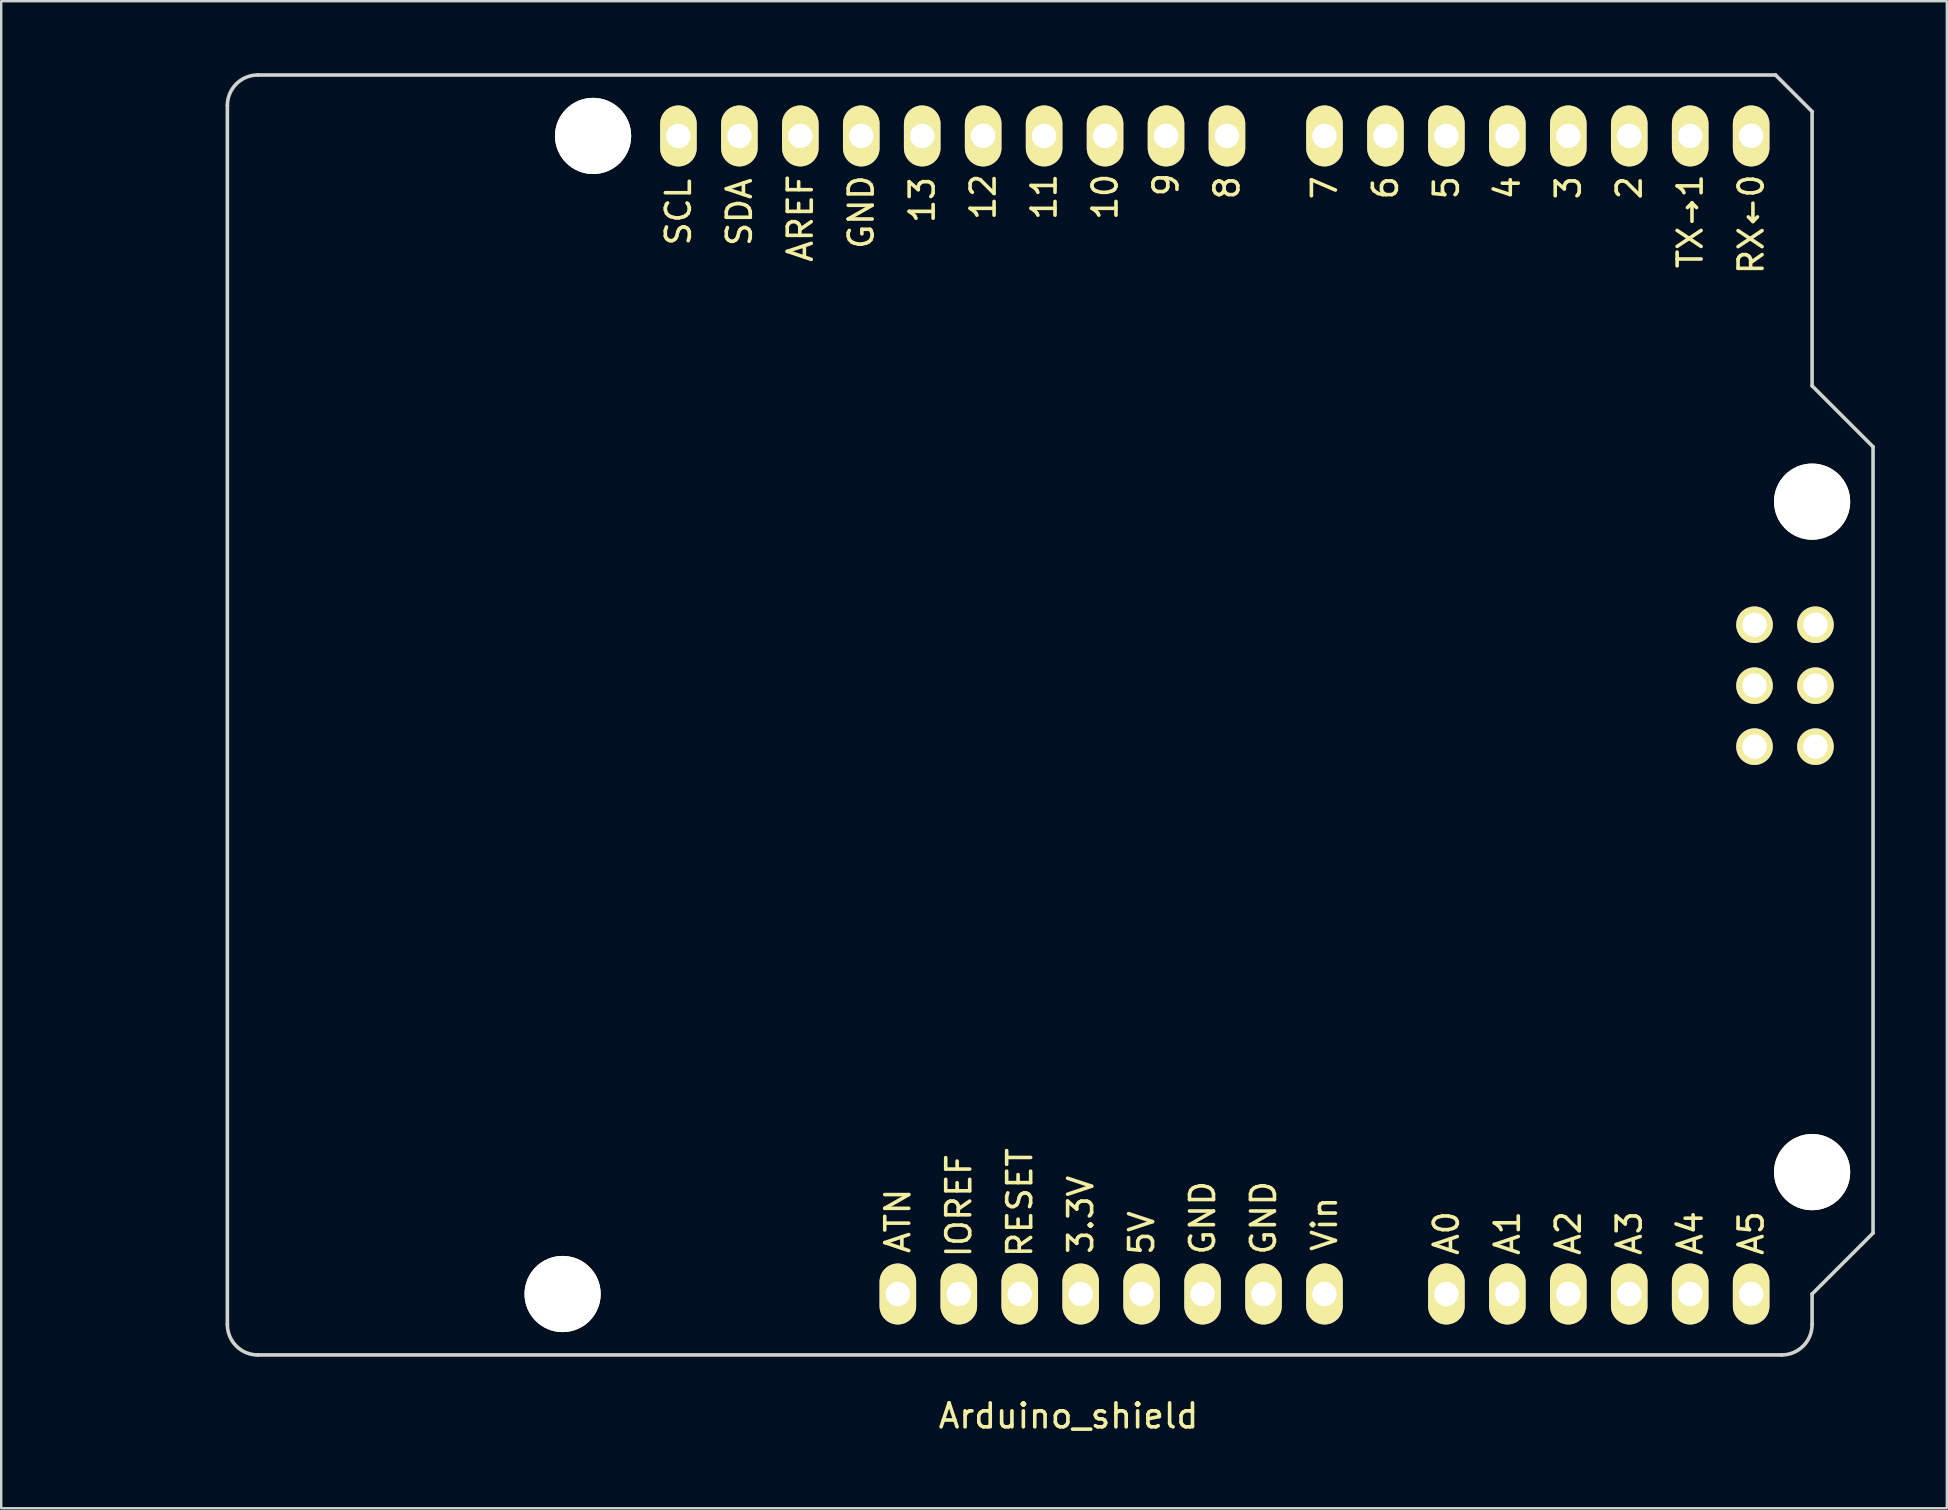
<source format=kicad_pcb>
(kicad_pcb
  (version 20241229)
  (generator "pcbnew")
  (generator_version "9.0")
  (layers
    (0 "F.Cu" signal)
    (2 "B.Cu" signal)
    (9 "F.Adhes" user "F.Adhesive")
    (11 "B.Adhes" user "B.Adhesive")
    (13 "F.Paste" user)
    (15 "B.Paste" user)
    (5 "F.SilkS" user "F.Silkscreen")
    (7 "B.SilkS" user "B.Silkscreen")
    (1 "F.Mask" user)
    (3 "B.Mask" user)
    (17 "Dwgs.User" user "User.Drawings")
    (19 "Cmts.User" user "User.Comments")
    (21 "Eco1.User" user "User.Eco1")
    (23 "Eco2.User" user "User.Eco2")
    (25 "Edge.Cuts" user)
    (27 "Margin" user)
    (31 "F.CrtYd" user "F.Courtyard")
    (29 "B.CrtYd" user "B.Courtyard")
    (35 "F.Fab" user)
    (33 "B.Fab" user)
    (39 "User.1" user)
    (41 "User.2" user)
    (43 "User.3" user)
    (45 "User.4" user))
  (footprint "Arduino_shield"
    (layer "F.Cu")
    (at 6.425 53.415)
    (property "Reference" "Arduino_shield" (at 35.052 2.54 0) (layer "F.SilkS") (effects (font (size 1 1) (thickness 0.15))))
    (attr through_hole)
    (fp_line (start -6.35 -43.815) (end 9.525 -43.815) (stroke (width 0.15) (type solid)) (layer "Eco1.User"))
    (fp_line (start -6.35 -32.385) (end -6.35 -43.815) (stroke (width 0.15) (type solid)) (layer "Eco1.User"))
    (fp_line (start -1.905 -12.065) (end 11.43 -12.065) (stroke (width 0.15) (type solid)) (layer "Eco1.User"))
    (fp_line (start -1.905 -3.175) (end -1.905 -12.065) (stroke (width 0.15) (type solid)) (layer "Eco1.User"))
    (fp_line (start 9.525 -43.815) (end 9.525 -32.385) (stroke (width 0.15) (type solid)) (layer "Eco1.User"))
    (fp_line (start 9.525 -32.385) (end -6.35 -32.385) (stroke (width 0.15) (type solid)) (layer "Eco1.User"))
    (fp_line (start 11.43 -12.065) (end 11.43 -3.175) (stroke (width 0.15) (type solid)) (layer "Eco1.User"))
    (fp_line (start 11.43 -3.175) (end -1.905 -3.175) (stroke (width 0.15) (type solid)) (layer "Eco1.User"))
    (fp_line (start 0 -1.27) (end 0 -52.07) (stroke (width 0.15) (type solid)) (layer "Edge.Cuts"))
    (fp_line (start 1.27 -53.34) (end 64.516 -53.34) (stroke (width 0.15) (type solid)) (layer "Edge.Cuts"))
    (fp_line (start 64.77 0) (end 1.27 0) (stroke (width 0.15) (type solid)) (layer "Edge.Cuts"))
    (fp_line (start 66.04 -51.816) (end 64.516 -53.34) (stroke (width 0.15) (type solid)) (layer "Edge.Cuts"))
    (fp_line (start 66.04 -40.386) (end 66.04 -51.816) (stroke (width 0.15) (type solid)) (layer "Edge.Cuts"))
    (fp_line (start 66.04 -2.54) (end 68.58 -5.08) (stroke (width 0.15) (type solid)) (layer "Edge.Cuts"))
    (fp_line (start 66.04 -1.27) (end 66.04 -2.54) (stroke (width 0.15) (type solid)) (layer "Edge.Cuts"))
    (fp_line (start 68.58 -37.846) (end 66.04 -40.386) (stroke (width 0.15) (type solid)) (layer "Edge.Cuts"))
    (fp_line (start 68.58 -5.08) (end 68.58 -37.846) (stroke (width 0.15) (type solid)) (layer "Edge.Cuts"))
    (fp_arc (start 0 -52.07) (mid 0.371974 -52.968026) (end 1.27 -53.34) (stroke (width 0.15) (type solid)) (layer "Edge.Cuts"))
    (fp_arc (start 1.27 0) (mid 0.371974 -0.371974) (end 0 -1.27) (stroke (width 0.15) (type solid)) (layer "Edge.Cuts"))
    (fp_arc (start 66.04 -1.27) (mid 65.668026 -0.371974) (end 64.77 0) (stroke (width 0.15) (type solid)) (layer "Edge.Cuts"))
    (fp_text user "GND" (at 43.18 -5.715 90) (layer "F.SilkS") (effects (font (size 1 1) (thickness 0.15))))
    (fp_text user "GND" (at 26.416 -47.625 90) (layer "F.SilkS") (effects (font (size 1 1) (thickness 0.15))))
    (fp_text user "8" (at 41.656 -48.641 90) (layer "F.SilkS") (effects (font (size 1 1) (thickness 0.15))))
    (fp_text user "AREF" (at 23.876 -47.371 90) (layer "F.SilkS") (effects (font (size 1 1) (thickness 0.15))))
    (fp_text user "SCL" (at 18.796 -47.625 90) (layer "F.SilkS") (effects (font (size 1 1) (thickness 0.15))))
    (fp_text user "3.3V" (at 35.56 -5.842 90) (layer "F.SilkS") (effects (font (size 1 1) (thickness 0.15))))
    (fp_text user "A0" (at 50.8 -5.08 90) (layer "F.SilkS") (effects (font (size 1 1) (thickness 0.15))))
    (fp_text user "IOREF" (at 30.48 -6.223 90) (layer "F.SilkS") (effects (font (size 1 1) (thickness 0.15))))
    (fp_text user "TX→1" (at 60.96 -47.244 90) (layer "F.SilkS") (effects (font (size 1 1) (thickness 0.15))))
    (fp_text user "9" (at 39.116 -48.768 90) (layer "F.SilkS") (effects (font (size 1 1) (thickness 0.15))))
    (fp_text user "A2" (at 55.88 -5.08 90) (layer "F.SilkS") (effects (font (size 1 1) (thickness 0.15))))
    (fp_text user "Vin" (at 45.72 -5.461 90) (layer "F.SilkS") (effects (font (size 1 1) (thickness 0.15))))
    (fp_text user "13" (at 28.956 -48.133 90) (layer "F.SilkS") (effects (font (size 1 1) (thickness 0.15))))
    (fp_text user "12" (at 31.496 -48.26 90) (layer "F.SilkS") (effects (font (size 1 1) (thickness 0.15))))
    (fp_text user "A4" (at 60.96 -5.08 90) (layer "F.SilkS") (effects (font (size 1 1) (thickness 0.15))))
    (fp_text user "7" (at 45.72 -48.641 90) (layer "F.SilkS") (effects (font (size 1 1) (thickness 0.15))))
    (fp_text user "SDA" (at 21.336 -47.625 90) (layer "F.SilkS") (effects (font (size 1 1) (thickness 0.15))))
    (fp_text user "5V" (at 38.1 -5.08 90) (layer "F.SilkS") (effects (font (size 1 1) (thickness 0.15))))
    (fp_text user "RX←0" (at 63.5 -47.117 90) (layer "F.SilkS") (effects (font (size 1 1) (thickness 0.15))))
    (fp_text user "11" (at 34.036 -48.26 90) (layer "F.SilkS") (effects (font (size 1 1) (thickness 0.15))))
    (fp_text user "A5" (at 63.5 -5.08 90) (layer "F.SilkS") (effects (font (size 1 1) (thickness 0.15))))
    (fp_text user "5" (at 50.8 -48.641 90) (layer "F.SilkS") (effects (font (size 1 1) (thickness 0.15))))
    (fp_text user "6" (at 48.26 -48.641 90) (layer "F.SilkS") (effects (font (size 1 1) (thickness 0.15))))
    (fp_text user "2" (at 58.42 -48.641 90) (layer "F.SilkS") (effects (font (size 1 1) (thickness 0.15))))
    (fp_text user "GND" (at 40.64 -5.715 90) (layer "F.SilkS") (effects (font (size 1 1) (thickness 0.15))))
    (fp_text user "4" (at 53.34 -48.641 90) (layer "F.SilkS") (effects (font (size 1 1) (thickness 0.15))))
    (fp_text user "ATN" (at 27.94 -5.588 90) (layer "F.SilkS") (effects (font (size 1 1) (thickness 0.15))))
    (fp_text user "3" (at 55.88 -48.641 90) (layer "F.SilkS") (effects (font (size 1 1) (thickness 0.15))))
    (fp_text user "RESET" (at 33.02 -6.35 90) (layer "F.SilkS") (effects (font (size 1 1) (thickness 0.15))))
    (fp_text user "A3" (at 58.42 -5.08 90) (layer "F.SilkS") (effects (font (size 1 1) (thickness 0.15))))
    (fp_text user "A1" (at 53.34 -5.08 90) (layer "F.SilkS") (effects (font (size 1 1) (thickness 0.15))))
    (fp_text user "10" (at 36.576 -48.26 90) (layer "F.SilkS") (effects (font (size 1 1) (thickness 0.15))))
    (pad "" np_thru_hole circle (at 13.97 -2.54) (size 3.175 3.175) (drill 3.175) (layers "*.Cu" "*.Mask" "F.SilkS"))
    (pad "" np_thru_hole circle (at 15.24 -50.8) (size 3.175 3.175) (drill 3.175) (layers "*.Cu" "*.Mask" "F.SilkS"))
    (pad "" np_thru_hole circle (at 66.04 -35.56) (size 3.175 3.175) (drill 3.175) (layers "*.Cu" "*.Mask" "F.SilkS"))
    (pad "" np_thru_hole circle (at 66.04 -7.62) (size 3.175 3.175) (drill 3.175) (layers "*.Cu" "*.Mask" "F.SilkS"))
    (pad "0" thru_hole oval (at 63.5 -50.8) (size 1.524 2.54) (drill 1.016) (layers "*.Cu" "*.Mask" "F.SilkS"))
    (pad "1" thru_hole oval (at 60.96 -50.8) (size 1.524 2.54) (drill 1.016) (layers "*.Cu" "*.Mask" "F.SilkS"))
    (pad "2" thru_hole oval (at 58.42 -50.8) (size 1.524 2.54) (drill 1.016) (layers "*.Cu" "*.Mask" "F.SilkS"))
    (pad "3" thru_hole oval (at 55.88 -50.8) (size 1.524 2.54) (drill 1.016) (layers "*.Cu" "*.Mask" "F.SilkS"))
    (pad "3V3" thru_hole oval (at 35.56 -2.54) (size 1.524 2.54) (drill 1.016) (layers "*.Cu" "*.Mask" "F.SilkS"))
    (pad "4" thru_hole oval (at 53.34 -50.8) (size 1.524 2.54) (drill 1.016) (layers "*.Cu" "*.Mask" "F.SilkS"))
    (pad "5" thru_hole oval (at 50.8 -50.8) (size 1.524 2.54) (drill 1.016) (layers "*.Cu" "*.Mask" "F.SilkS"))
    (pad "5V" thru_hole oval (at 38.1 -2.54) (size 1.524 2.54) (drill 1.016) (layers "*.Cu" "*.Mask" "F.SilkS"))
    (pad "6" thru_hole oval (at 48.26 -50.8) (size 1.524 2.54) (drill 1.016) (layers "*.Cu" "*.Mask" "F.SilkS"))
    (pad "7" thru_hole oval (at 45.72 -50.8) (size 1.524 2.54) (drill 1.016) (layers "*.Cu" "*.Mask" "F.SilkS"))
    (pad "8" thru_hole oval (at 41.656 -50.8) (size 1.524 2.54) (drill 1.016) (layers "*.Cu" "*.Mask" "F.SilkS"))
    (pad "9" thru_hole oval (at 39.116 -50.8) (size 1.524 2.54) (drill 1.016) (layers "*.Cu" "*.Mask" "F.SilkS"))
    (pad "10" thru_hole oval (at 36.576 -50.8) (size 1.524 2.54) (drill 1.016) (layers "*.Cu" "*.Mask" "F.SilkS"))
    (pad "11" thru_hole oval (at 34.036 -50.8) (size 1.524 2.54) (drill 1.016) (layers "*.Cu" "*.Mask" "F.SilkS"))
    (pad "12" thru_hole oval (at 31.496 -50.8) (size 1.524 2.54) (drill 1.016) (layers "*.Cu" "*.Mask" "F.SilkS"))
    (pad "13" thru_hole oval (at 28.956 -50.8) (size 1.524 2.54) (drill 1.016) (layers "*.Cu" "*.Mask" "F.SilkS"))
    (pad "A0" thru_hole oval (at 50.8 -2.54) (size 1.524 2.54) (drill 1.016) (layers "*.Cu" "*.Mask" "F.SilkS"))
    (pad "A1" thru_hole oval (at 53.34 -2.54) (size 1.524 2.54) (drill 1.016) (layers "*.Cu" "*.Mask" "F.SilkS"))
    (pad "A2" thru_hole oval (at 55.88 -2.54) (size 1.524 2.54) (drill 1.016) (layers "*.Cu" "*.Mask" "F.SilkS"))
    (pad "A3" thru_hole oval (at 58.42 -2.54) (size 1.524 2.54) (drill 1.016) (layers "*.Cu" "*.Mask" "F.SilkS"))
    (pad "A4" thru_hole oval (at 60.96 -2.54) (size 1.524 2.54) (drill 1.016) (layers "*.Cu" "*.Mask" "F.SilkS"))
    (pad "A5" thru_hole oval (at 63.5 -2.54) (size 1.524 2.54) (drill 1.016) (layers "*.Cu" "*.Mask" "F.SilkS"))
    (pad "AREF" thru_hole oval (at 23.876 -50.8) (size 1.524 2.54) (drill 1.016) (layers "*.Cu" "*.Mask" "F.SilkS"))
    (pad "ATN" thru_hole oval (at 27.94 -2.54) (size 1.524 2.54) (drill 1.016) (layers "*.Cu" "*.Mask" "F.SilkS"))
    (pad "GND" thru_hole oval (at 26.416 -50.8) (size 1.524 2.54) (drill 1.016) (layers "*.Cu" "*.Mask" "F.SilkS"))
    (pad "GND" thru_hole oval (at 40.64 -2.54) (size 1.524 2.54) (drill 1.016) (layers "*.Cu" "*.Mask" "F.SilkS"))
    (pad "GND" thru_hole oval (at 43.18 -2.54) (size 1.524 2.54) (drill 1.016) (layers "*.Cu" "*.Mask" "F.SilkS"))
    (pad "GND" thru_hole circle (at 66.18 -25.35) (size 1.524 1.524) (drill 1.016) (layers "*.Cu" "*.Mask" "F.SilkS"))
    (pad "IO_R" thru_hole oval (at 30.48 -2.54) (size 1.524 2.54) (drill 1.016) (layers "*.Cu" "*.Mask" "F.SilkS"))
    (pad "MISO" thru_hole circle (at 63.64 -30.43) (size 1.524 1.524) (drill 1.016) (layers "*.Cu" "*.Mask" "F.SilkS"))
    (pad "MOSI" thru_hole circle (at 66.18 -27.89) (size 1.524 1.524) (drill 1.016) (layers "*.Cu" "*.Mask" "F.SilkS"))
    (pad "RST" thru_hole oval (at 33.02 -2.54) (size 1.524 2.54) (drill 1.016) (layers "*.Cu" "*.Mask" "F.SilkS"))
    (pad "RST" thru_hole circle (at 63.64 -25.35) (size 1.524 1.524) (drill 1.016) (layers "*.Cu" "*.Mask" "F.SilkS"))
    (pad "SCK" thru_hole circle (at 63.64 -27.89) (size 1.524 1.524) (drill 1.016) (layers "*.Cu" "*.Mask" "F.SilkS"))
    (pad "SCL" thru_hole oval (at 18.796 -50.8) (size 1.524 2.54) (drill 1.016) (layers "*.Cu" "*.Mask" "F.SilkS"))
    (pad "SDA" thru_hole oval (at 21.336 -50.8) (size 1.524 2.54) (drill 1.016) (layers "*.Cu" "*.Mask" "F.SilkS"))
    (pad "VCC" thru_hole circle (at 66.18 -30.43) (size 1.524 1.524) (drill 1.016) (layers "*.Cu" "*.Mask" "F.SilkS"))
    (pad "VIN" thru_hole oval (at 45.72 -2.54) (size 1.524 2.54) (drill 1.016) (layers "*.Cu" "*.Mask" "F.SilkS")))
  (gr_rect
    (start -3 -3)
    (end 78.08 59.803)
    (stroke (width 0.1) (type default))
    (fill no)
    (layer "Edge.Cuts")))
</source>
